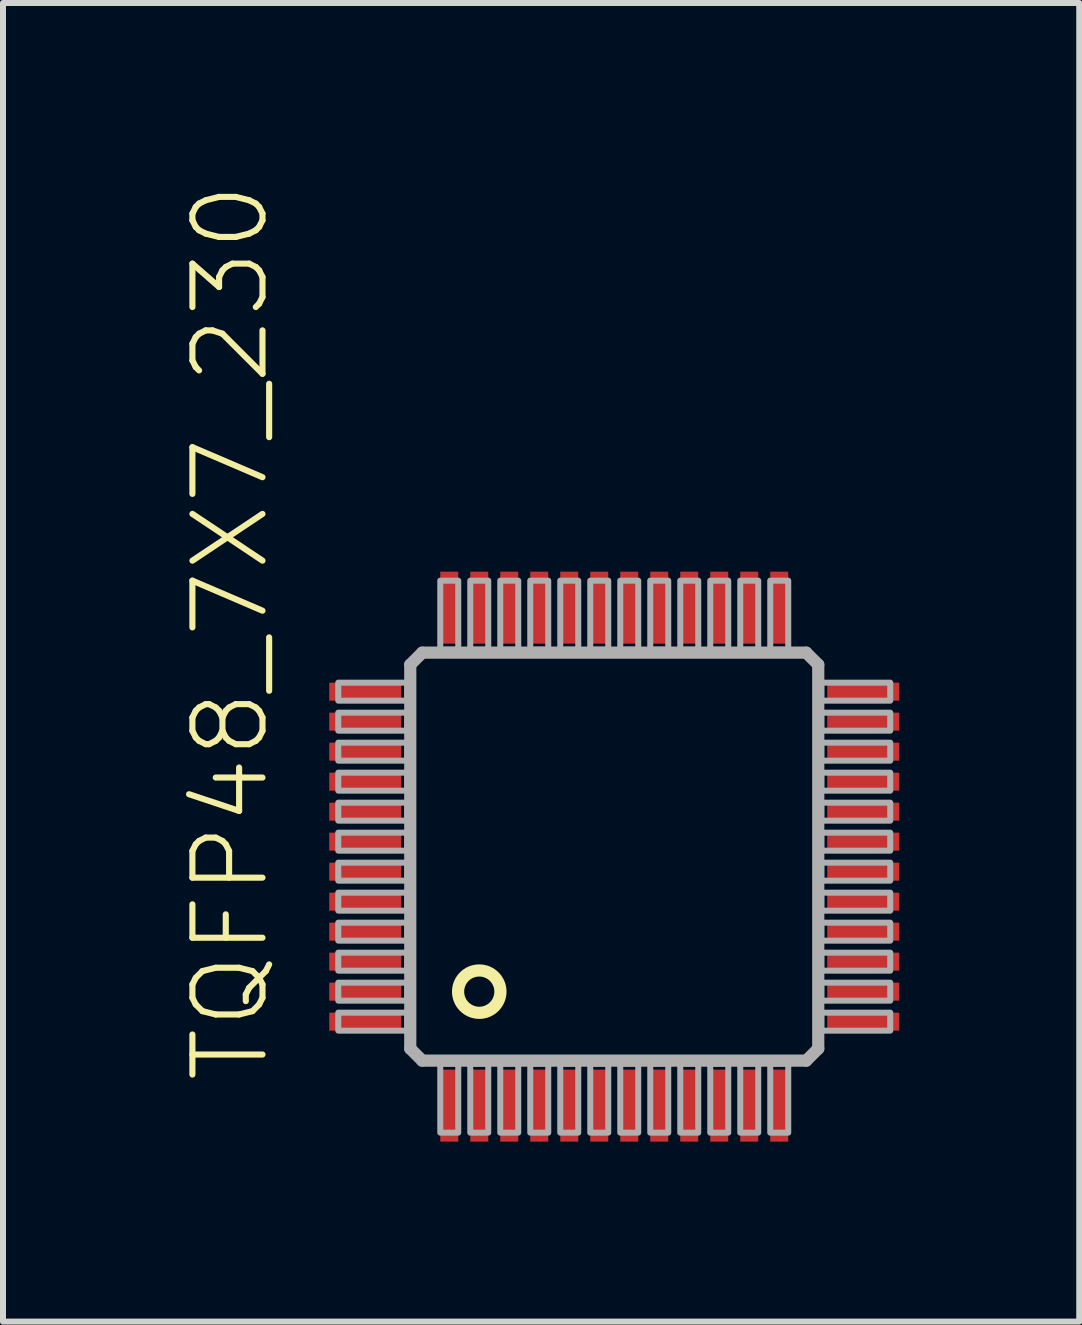
<source format=kicad_pcb>
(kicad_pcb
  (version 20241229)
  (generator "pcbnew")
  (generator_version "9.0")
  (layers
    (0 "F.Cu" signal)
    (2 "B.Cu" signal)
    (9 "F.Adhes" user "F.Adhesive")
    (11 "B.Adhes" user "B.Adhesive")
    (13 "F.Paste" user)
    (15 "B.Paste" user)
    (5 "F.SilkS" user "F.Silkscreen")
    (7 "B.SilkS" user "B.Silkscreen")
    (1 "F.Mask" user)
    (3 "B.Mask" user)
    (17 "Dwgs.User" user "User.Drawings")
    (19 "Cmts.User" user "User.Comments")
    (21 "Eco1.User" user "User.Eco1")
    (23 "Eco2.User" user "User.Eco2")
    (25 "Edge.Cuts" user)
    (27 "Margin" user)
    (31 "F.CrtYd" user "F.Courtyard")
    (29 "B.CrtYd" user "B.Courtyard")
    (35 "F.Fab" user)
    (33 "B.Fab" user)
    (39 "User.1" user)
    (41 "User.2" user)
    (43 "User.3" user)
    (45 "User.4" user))
  (footprint "TQFP48_7X7_230"
    (layer "F.Cu")
    (at 7.188 11.228)
    (property "Reference" "TQFP48_7X7_230" (at -5.715 3.81 90) (unlocked yes) (layer "F.SilkS") (effects (font (size 1.168 1.168) (thickness 0.102)) (justify left bottom)))
    (fp_circle (center -2.25 2.25) (end -1.897 2.25) (stroke (width 0.203) (type solid)) (fill no) (layer "F.SilkS"))
    (fp_line (start -3.4 -3.2) (end -3.4 3.2) (stroke (width 0.203) (type solid)) (layer "F.Fab"))
    (fp_line (start -3.4 3.2) (end -3.2 3.4) (stroke (width 0.203) (type solid)) (layer "F.Fab"))
    (fp_line (start -3.2 -3.4) (end -3.4 -3.2) (stroke (width 0.203) (type solid)) (layer "F.Fab"))
    (fp_line (start -3.2 3.4) (end 3.2 3.4) (stroke (width 0.203) (type solid)) (layer "F.Fab"))
    (fp_line (start 3.2 -3.4) (end -3.2 -3.4) (stroke (width 0.203) (type solid)) (layer "F.Fab"))
    (fp_line (start 3.2 3.4) (end 3.4 3.2) (stroke (width 0.203) (type solid)) (layer "F.Fab"))
    (fp_line (start 3.4 -3.2) (end 3.2 -3.4) (stroke (width 0.203) (type solid)) (layer "F.Fab"))
    (fp_line (start 3.4 3.2) (end 3.4 -3.2) (stroke (width 0.203) (type solid)) (layer "F.Fab"))
    (fp_poly (pts (xy -4.6 -2.6) (xy -3.45 -2.6) (xy -3.45 -2.9) (xy -4.6 -2.9)) (stroke (width 0.1) (type default)) (fill no) (layer "F.Fab"))
    (fp_poly (pts (xy -4.6 -2.1) (xy -3.45 -2.1) (xy -3.45 -2.4) (xy -4.6 -2.4)) (stroke (width 0.1) (type default)) (fill no) (layer "F.Fab"))
    (fp_poly (pts (xy -4.6 -1.6) (xy -3.45 -1.6) (xy -3.45 -1.9) (xy -4.6 -1.9)) (stroke (width 0.1) (type default)) (fill no) (layer "F.Fab"))
    (fp_poly (pts (xy -4.6 -1.1) (xy -3.45 -1.1) (xy -3.45 -1.4) (xy -4.6 -1.4)) (stroke (width 0.1) (type default)) (fill no) (layer "F.Fab"))
    (fp_poly (pts (xy -4.6 -0.6) (xy -3.45 -0.6) (xy -3.45 -0.9) (xy -4.6 -0.9)) (stroke (width 0.1) (type default)) (fill no) (layer "F.Fab"))
    (fp_poly (pts (xy -4.6 -0.1) (xy -3.45 -0.1) (xy -3.45 -0.4) (xy -4.6 -0.4)) (stroke (width 0.1) (type default)) (fill no) (layer "F.Fab"))
    (fp_poly (pts (xy -4.6 0.4) (xy -3.45 0.4) (xy -3.45 0.1) (xy -4.6 0.1)) (stroke (width 0.1) (type default)) (fill no) (layer "F.Fab"))
    (fp_poly (pts (xy -4.6 0.9) (xy -3.45 0.9) (xy -3.45 0.6) (xy -4.6 0.6)) (stroke (width 0.1) (type default)) (fill no) (layer "F.Fab"))
    (fp_poly (pts (xy -4.6 1.4) (xy -3.45 1.4) (xy -3.45 1.1) (xy -4.6 1.1)) (stroke (width 0.1) (type default)) (fill no) (layer "F.Fab"))
    (fp_poly (pts (xy -4.6 1.9) (xy -3.45 1.9) (xy -3.45 1.6) (xy -4.6 1.6)) (stroke (width 0.1) (type default)) (fill no) (layer "F.Fab"))
    (fp_poly (pts (xy -4.6 2.4) (xy -3.45 2.4) (xy -3.45 2.1) (xy -4.6 2.1)) (stroke (width 0.1) (type default)) (fill no) (layer "F.Fab"))
    (fp_poly (pts (xy -4.6 2.9) (xy -3.45 2.9) (xy -3.45 2.6) (xy -4.6 2.6)) (stroke (width 0.1) (type default)) (fill no) (layer "F.Fab"))
    (fp_poly (pts (xy -2.9 -3.45) (xy -2.6 -3.45) (xy -2.6 -4.6) (xy -2.9 -4.6)) (stroke (width 0.1) (type default)) (fill no) (layer "F.Fab"))
    (fp_poly (pts (xy -2.9 4.6) (xy -2.6 4.6) (xy -2.6 3.45) (xy -2.9 3.45)) (stroke (width 0.1) (type default)) (fill no) (layer "F.Fab"))
    (fp_poly (pts (xy -2.4 -3.45) (xy -2.1 -3.45) (xy -2.1 -4.6) (xy -2.4 -4.6)) (stroke (width 0.1) (type default)) (fill no) (layer "F.Fab"))
    (fp_poly (pts (xy -2.4 4.6) (xy -2.1 4.6) (xy -2.1 3.45) (xy -2.4 3.45)) (stroke (width 0.1) (type default)) (fill no) (layer "F.Fab"))
    (fp_poly (pts (xy -1.9 -3.45) (xy -1.6 -3.45) (xy -1.6 -4.6) (xy -1.9 -4.6)) (stroke (width 0.1) (type default)) (fill no) (layer "F.Fab"))
    (fp_poly (pts (xy -1.9 4.6) (xy -1.6 4.6) (xy -1.6 3.45) (xy -1.9 3.45)) (stroke (width 0.1) (type default)) (fill no) (layer "F.Fab"))
    (fp_poly (pts (xy -1.4 -3.45) (xy -1.1 -3.45) (xy -1.1 -4.6) (xy -1.4 -4.6)) (stroke (width 0.1) (type default)) (fill no) (layer "F.Fab"))
    (fp_poly (pts (xy -1.4 4.6) (xy -1.1 4.6) (xy -1.1 3.45) (xy -1.4 3.45)) (stroke (width 0.1) (type default)) (fill no) (layer "F.Fab"))
    (fp_poly (pts (xy -0.9 -3.45) (xy -0.6 -3.45) (xy -0.6 -4.6) (xy -0.9 -4.6)) (stroke (width 0.1) (type default)) (fill no) (layer "F.Fab"))
    (fp_poly (pts (xy -0.9 4.6) (xy -0.6 4.6) (xy -0.6 3.45) (xy -0.9 3.45)) (stroke (width 0.1) (type default)) (fill no) (layer "F.Fab"))
    (fp_poly (pts (xy -0.4 -3.45) (xy -0.1 -3.45) (xy -0.1 -4.6) (xy -0.4 -4.6)) (stroke (width 0.1) (type default)) (fill no) (layer "F.Fab"))
    (fp_poly (pts (xy -0.4 4.6) (xy -0.1 4.6) (xy -0.1 3.45) (xy -0.4 3.45)) (stroke (width 0.1) (type default)) (fill no) (layer "F.Fab"))
    (fp_poly (pts (xy 0.1 -3.45) (xy 0.4 -3.45) (xy 0.4 -4.6) (xy 0.1 -4.6)) (stroke (width 0.1) (type default)) (fill no) (layer "F.Fab"))
    (fp_poly (pts (xy 0.1 4.6) (xy 0.4 4.6) (xy 0.4 3.45) (xy 0.1 3.45)) (stroke (width 0.1) (type default)) (fill no) (layer "F.Fab"))
    (fp_poly (pts (xy 0.6 -3.45) (xy 0.9 -3.45) (xy 0.9 -4.6) (xy 0.6 -4.6)) (stroke (width 0.1) (type default)) (fill no) (layer "F.Fab"))
    (fp_poly (pts (xy 0.6 4.6) (xy 0.9 4.6) (xy 0.9 3.45) (xy 0.6 3.45)) (stroke (width 0.1) (type default)) (fill no) (layer "F.Fab"))
    (fp_poly (pts (xy 1.1 -3.45) (xy 1.4 -3.45) (xy 1.4 -4.6) (xy 1.1 -4.6)) (stroke (width 0.1) (type default)) (fill no) (layer "F.Fab"))
    (fp_poly (pts (xy 1.1 4.6) (xy 1.4 4.6) (xy 1.4 3.45) (xy 1.1 3.45)) (stroke (width 0.1) (type default)) (fill no) (layer "F.Fab"))
    (fp_poly (pts (xy 1.6 -3.45) (xy 1.9 -3.45) (xy 1.9 -4.6) (xy 1.6 -4.6)) (stroke (width 0.1) (type default)) (fill no) (layer "F.Fab"))
    (fp_poly (pts (xy 1.6 4.6) (xy 1.9 4.6) (xy 1.9 3.45) (xy 1.6 3.45)) (stroke (width 0.1) (type default)) (fill no) (layer "F.Fab"))
    (fp_poly (pts (xy 2.1 -3.45) (xy 2.4 -3.45) (xy 2.4 -4.6) (xy 2.1 -4.6)) (stroke (width 0.1) (type default)) (fill no) (layer "F.Fab"))
    (fp_poly (pts (xy 2.1 4.6) (xy 2.4 4.6) (xy 2.4 3.45) (xy 2.1 3.45)) (stroke (width 0.1) (type default)) (fill no) (layer "F.Fab"))
    (fp_poly (pts (xy 2.6 -3.45) (xy 2.9 -3.45) (xy 2.9 -4.6) (xy 2.6 -4.6)) (stroke (width 0.1) (type default)) (fill no) (layer "F.Fab"))
    (fp_poly (pts (xy 2.6 4.6) (xy 2.9 4.6) (xy 2.9 3.45) (xy 2.6 3.45)) (stroke (width 0.1) (type default)) (fill no) (layer "F.Fab"))
    (fp_poly (pts (xy 3.45 -2.6) (xy 4.6 -2.6) (xy 4.6 -2.9) (xy 3.45 -2.9)) (stroke (width 0.1) (type default)) (fill no) (layer "F.Fab"))
    (fp_poly (pts (xy 3.45 -2.1) (xy 4.6 -2.1) (xy 4.6 -2.4) (xy 3.45 -2.4)) (stroke (width 0.1) (type default)) (fill no) (layer "F.Fab"))
    (fp_poly (pts (xy 3.45 -1.6) (xy 4.6 -1.6) (xy 4.6 -1.9) (xy 3.45 -1.9)) (stroke (width 0.1) (type default)) (fill no) (layer "F.Fab"))
    (fp_poly (pts (xy 3.45 -1.1) (xy 4.6 -1.1) (xy 4.6 -1.4) (xy 3.45 -1.4)) (stroke (width 0.1) (type default)) (fill no) (layer "F.Fab"))
    (fp_poly (pts (xy 3.45 -0.6) (xy 4.6 -0.6) (xy 4.6 -0.9) (xy 3.45 -0.9)) (stroke (width 0.1) (type default)) (fill no) (layer "F.Fab"))
    (fp_poly (pts (xy 3.45 -0.1) (xy 4.6 -0.1) (xy 4.6 -0.4) (xy 3.45 -0.4)) (stroke (width 0.1) (type default)) (fill no) (layer "F.Fab"))
    (fp_poly (pts (xy 3.45 0.4) (xy 4.6 0.4) (xy 4.6 0.1) (xy 3.45 0.1)) (stroke (width 0.1) (type default)) (fill no) (layer "F.Fab"))
    (fp_poly (pts (xy 3.45 0.9) (xy 4.6 0.9) (xy 4.6 0.6) (xy 3.45 0.6)) (stroke (width 0.1) (type default)) (fill no) (layer "F.Fab"))
    (fp_poly (pts (xy 3.45 1.4) (xy 4.6 1.4) (xy 4.6 1.1) (xy 3.45 1.1)) (stroke (width 0.1) (type default)) (fill no) (layer "F.Fab"))
    (fp_poly (pts (xy 3.45 1.9) (xy 4.6 1.9) (xy 4.6 1.6) (xy 3.45 1.6)) (stroke (width 0.1) (type default)) (fill no) (layer "F.Fab"))
    (fp_poly (pts (xy 3.45 2.4) (xy 4.6 2.4) (xy 4.6 2.1) (xy 3.45 2.1)) (stroke (width 0.1) (type default)) (fill no) (layer "F.Fab"))
    (fp_poly (pts (xy 3.45 2.9) (xy 4.6 2.9) (xy 4.6 2.6) (xy 3.45 2.6)) (stroke (width 0.1) (type default)) (fill no) (layer "F.Fab"))
    (pad "1" smd rect (at -2.75 4.15) (size 0.3 1.2) (layers "F.Cu" "F.Mask" "F.Paste"))
    (pad "2" smd rect (at -2.25 4.15) (size 0.3 1.2) (layers "F.Cu" "F.Mask" "F.Paste"))
    (pad "3" smd rect (at -1.75 4.15) (size 0.3 1.2) (layers "F.Cu" "F.Mask" "F.Paste"))
    (pad "4" smd rect (at -1.25 4.15) (size 0.3 1.2) (layers "F.Cu" "F.Mask" "F.Paste"))
    (pad "5" smd rect (at -0.75 4.15) (size 0.3 1.2) (layers "F.Cu" "F.Mask" "F.Paste"))
    (pad "6" smd rect (at -0.25 4.15) (size 0.3 1.2) (layers "F.Cu" "F.Mask" "F.Paste"))
    (pad "7" smd rect (at 0.25 4.15) (size 0.3 1.2) (layers "F.Cu" "F.Mask" "F.Paste"))
    (pad "8" smd rect (at 0.75 4.15) (size 0.3 1.2) (layers "F.Cu" "F.Mask" "F.Paste"))
    (pad "9" smd rect (at 1.25 4.15) (size 0.3 1.2) (layers "F.Cu" "F.Mask" "F.Paste"))
    (pad "10" smd rect (at 1.75 4.15) (size 0.3 1.2) (layers "F.Cu" "F.Mask" "F.Paste"))
    (pad "11" smd rect (at 2.25 4.15) (size 0.3 1.2) (layers "F.Cu" "F.Mask" "F.Paste"))
    (pad "12" smd rect (at 2.75 4.15) (size 0.3 1.2) (layers "F.Cu" "F.Mask" "F.Paste"))
    (pad "13" smd rect (at 4.15 2.75) (size 1.2 0.3) (layers "F.Cu" "F.Mask" "F.Paste"))
    (pad "14" smd rect (at 4.15 2.25) (size 1.2 0.3) (layers "F.Cu" "F.Mask" "F.Paste"))
    (pad "15" smd rect (at 4.15 1.75) (size 1.2 0.3) (layers "F.Cu" "F.Mask" "F.Paste"))
    (pad "16" smd rect (at 4.15 1.25) (size 1.2 0.3) (layers "F.Cu" "F.Mask" "F.Paste"))
    (pad "17" smd rect (at 4.15 0.75) (size 1.2 0.3) (layers "F.Cu" "F.Mask" "F.Paste"))
    (pad "18" smd rect (at 4.15 0.25) (size 1.2 0.3) (layers "F.Cu" "F.Mask" "F.Paste"))
    (pad "19" smd rect (at 4.15 -0.25) (size 1.2 0.3) (layers "F.Cu" "F.Mask" "F.Paste"))
    (pad "20" smd rect (at 4.15 -0.75) (size 1.2 0.3) (layers "F.Cu" "F.Mask" "F.Paste"))
    (pad "21" smd rect (at 4.15 -1.25) (size 1.2 0.3) (layers "F.Cu" "F.Mask" "F.Paste"))
    (pad "22" smd rect (at 4.15 -1.75) (size 1.2 0.3) (layers "F.Cu" "F.Mask" "F.Paste"))
    (pad "23" smd rect (at 4.15 -2.25) (size 1.2 0.3) (layers "F.Cu" "F.Mask" "F.Paste"))
    (pad "24" smd rect (at 4.15 -2.75) (size 1.2 0.3) (layers "F.Cu" "F.Mask" "F.Paste"))
    (pad "25" smd rect (at 2.75 -4.15) (size 0.3 1.2) (layers "F.Cu" "F.Mask" "F.Paste"))
    (pad "26" smd rect (at 2.25 -4.15) (size 0.3 1.2) (layers "F.Cu" "F.Mask" "F.Paste"))
    (pad "27" smd rect (at 1.75 -4.15) (size 0.3 1.2) (layers "F.Cu" "F.Mask" "F.Paste"))
    (pad "28" smd rect (at 1.25 -4.15) (size 0.3 1.2) (layers "F.Cu" "F.Mask" "F.Paste"))
    (pad "29" smd rect (at 0.75 -4.15) (size 0.3 1.2) (layers "F.Cu" "F.Mask" "F.Paste"))
    (pad "30" smd rect (at 0.25 -4.15) (size 0.3 1.2) (layers "F.Cu" "F.Mask" "F.Paste"))
    (pad "31" smd rect (at -0.25 -4.15) (size 0.3 1.2) (layers "F.Cu" "F.Mask" "F.Paste"))
    (pad "32" smd rect (at -0.75 -4.15) (size 0.3 1.2) (layers "F.Cu" "F.Mask" "F.Paste"))
    (pad "33" smd rect (at -1.25 -4.15) (size 0.3 1.2) (layers "F.Cu" "F.Mask" "F.Paste"))
    (pad "34" smd rect (at -1.75 -4.15) (size 0.3 1.2) (layers "F.Cu" "F.Mask" "F.Paste"))
    (pad "35" smd rect (at -2.25 -4.15) (size 0.3 1.2) (layers "F.Cu" "F.Mask" "F.Paste"))
    (pad "36" smd rect (at -2.75 -4.15) (size 0.3 1.2) (layers "F.Cu" "F.Mask" "F.Paste"))
    (pad "37" smd rect (at -4.15 -2.75) (size 1.2 0.3) (layers "F.Cu" "F.Mask" "F.Paste"))
    (pad "38" smd rect (at -4.15 -2.25) (size 1.2 0.3) (layers "F.Cu" "F.Mask" "F.Paste"))
    (pad "39" smd rect (at -4.15 -1.75) (size 1.2 0.3) (layers "F.Cu" "F.Mask" "F.Paste"))
    (pad "40" smd rect (at -4.15 -1.25) (size 1.2 0.3) (layers "F.Cu" "F.Mask" "F.Paste"))
    (pad "41" smd rect (at -4.15 -0.75) (size 1.2 0.3) (layers "F.Cu" "F.Mask" "F.Paste"))
    (pad "42" smd rect (at -4.15 -0.25) (size 1.2 0.3) (layers "F.Cu" "F.Mask" "F.Paste"))
    (pad "43" smd rect (at -4.15 0.25) (size 1.2 0.3) (layers "F.Cu" "F.Mask" "F.Paste"))
    (pad "44" smd rect (at -4.15 0.75) (size 1.2 0.3) (layers "F.Cu" "F.Mask" "F.Paste"))
    (pad "45" smd rect (at -4.15 1.25) (size 1.2 0.3) (layers "F.Cu" "F.Mask" "F.Paste"))
    (pad "46" smd rect (at -4.15 1.75) (size 1.2 0.3) (layers "F.Cu" "F.Mask" "F.Paste"))
    (pad "47" smd rect (at -4.15 2.25) (size 1.2 0.3) (layers "F.Cu" "F.Mask" "F.Paste"))
    (pad "48" smd rect (at -4.15 2.75) (size 1.2 0.3) (layers "F.Cu" "F.Mask" "F.Paste")))
  (gr_rect
    (start -3 -3)
    (end 14.938 18.978)
    (stroke (width 0.1) (type default))
    (fill no)
    (layer "Edge.Cuts")))
</source>
